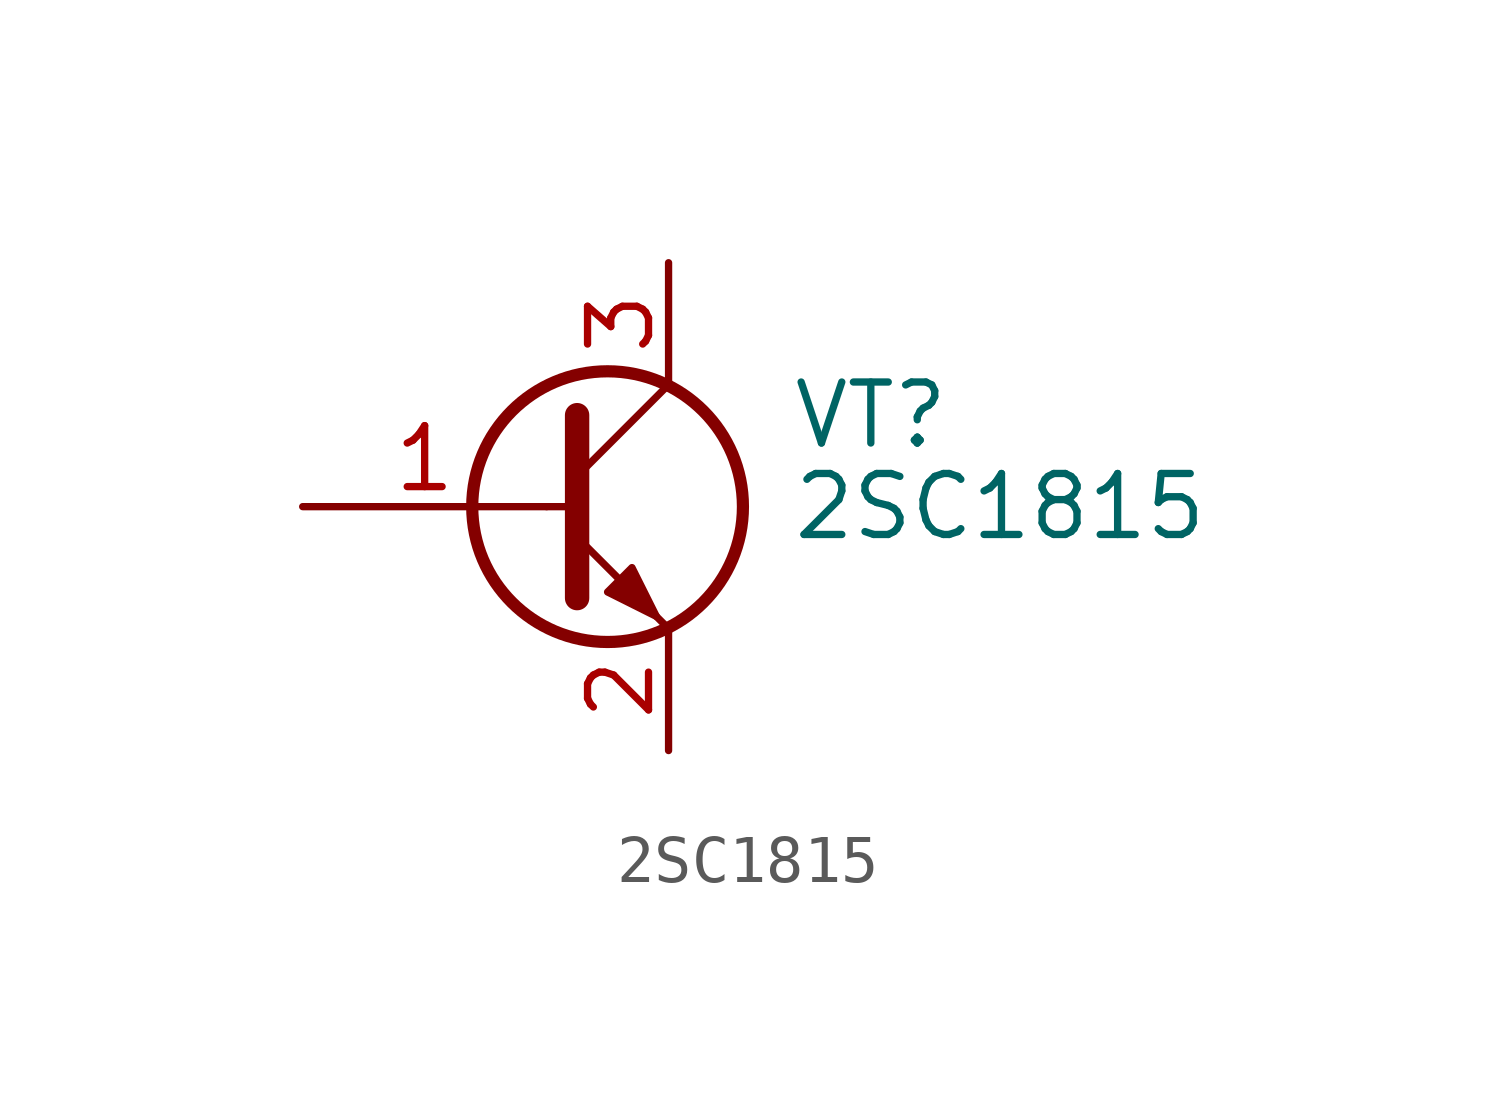
<source format=kicad_sym>
(kicad_symbol_lib
  (version 20210619)
  (generator kicad_symbol_editor)
  (symbol "my_Library:2SC1815"
    (pin_names
      (offset 0) hide)
    (property "Reference" "VT"
      (at 5.08 1.905 0)
      (effects (font (size 1.27 1.27)) (justify left)))
    (property "Value" "2SC1815"
      (at 5.08 0 0)
      (effects (font (size 1.27 1.27)) (justify left)))
    (symbol "2SC1815_0_1"
      (circle (center 1.27 0) (radius 2.819) (stroke (width 0.254)) (fill (type none)))
      (polyline (pts (xy 0 0) (xy 0.508 0)) (stroke (width 0)) (fill (type none)))
      (polyline (pts (xy 0.635 0.635) (xy 2.54 2.54)) (stroke (width 0)) (fill (type none)))
      (polyline (pts (xy 0.635 -0.635) (xy 2.54 -2.54) (xy 2.54 -2.54)) (stroke (width 0)) (fill (type none)))
      (polyline (pts (xy 0.635 1.905) (xy 0.635 -1.905) (xy 0.635 -1.905)) (stroke (width 0.508)) (fill (type none)))
      (polyline (pts (xy 1.27 -1.778) (xy 1.778 -1.27) (xy 2.286 -2.286) (xy 1.27 -1.778) (xy 1.27 -1.778)) (stroke (width 0)) (fill (type outline))))
    (symbol "2SC1815_1_1"
      (pin input line (at -5.08 0 0) (length 5.08) (name "B" (effects (font (size 1.27 1.27)))) (number "1" (effects (font (size 1.27 1.27)))))
      (pin passive line (at 2.54 -5.08 90) (length 2.54) (name "E" (effects (font (size 1.27 1.27)))) (number "2" (effects (font (size 1.27 1.27)))))
      (pin passive line (at 2.54 5.08 270) (length 2.54) (name "C" (effects (font (size 1.27 1.27)))) (number "3" (effects (font (size 1.27 1.27))))))))
</source>
